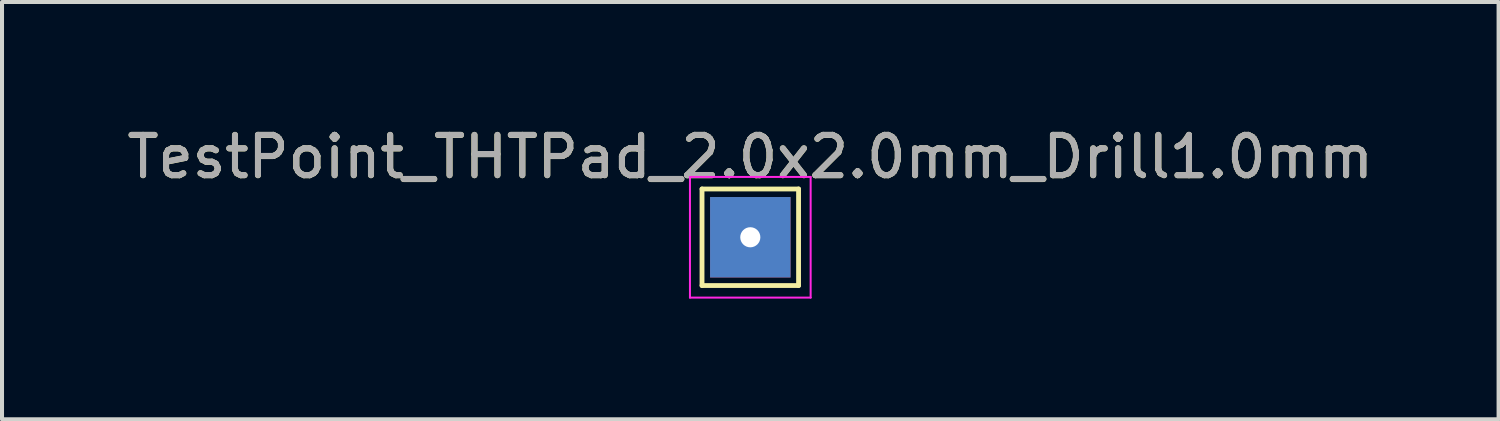
<source format=kicad_pcb>
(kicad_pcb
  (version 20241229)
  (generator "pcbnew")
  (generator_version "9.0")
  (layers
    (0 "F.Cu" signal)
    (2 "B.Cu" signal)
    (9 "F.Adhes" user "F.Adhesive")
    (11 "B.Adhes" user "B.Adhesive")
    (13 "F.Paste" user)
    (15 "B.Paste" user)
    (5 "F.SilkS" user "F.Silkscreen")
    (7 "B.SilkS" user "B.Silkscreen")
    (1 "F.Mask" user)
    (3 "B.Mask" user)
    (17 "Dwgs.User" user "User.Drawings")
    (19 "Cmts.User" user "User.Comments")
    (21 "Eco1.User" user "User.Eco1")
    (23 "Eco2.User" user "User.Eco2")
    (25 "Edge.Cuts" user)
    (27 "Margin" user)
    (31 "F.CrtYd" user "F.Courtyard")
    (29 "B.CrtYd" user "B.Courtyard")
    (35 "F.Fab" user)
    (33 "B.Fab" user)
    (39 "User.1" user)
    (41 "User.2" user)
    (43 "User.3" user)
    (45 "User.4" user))
  (footprint "TestPoint_THTPad_2.0x2.0mm_Drill1.0mm"
    (layer "F.Cu")
    (at 15.601 2.848)
    (property "Reference" "TestPoint_THTPad_2.0x2.0mm_Drill1.0mm" (at 0 -1.998 0) (layer "F.SilkS") (effects (font (size 1 1) (thickness 0.15))))
    (attr exclude_from_pos_files exclude_from_bom)
    (fp_line (start -1.2 -1.2) (end 1.2 -1.2) (stroke (width 0.12) (type solid)) (layer "F.SilkS"))
    (fp_line (start -1.2 1.2) (end -1.2 -1.2) (stroke (width 0.12) (type solid)) (layer "F.SilkS"))
    (fp_line (start 1.2 -1.2) (end 1.2 1.2) (stroke (width 0.12) (type solid)) (layer "F.SilkS"))
    (fp_line (start 1.2 1.2) (end -1.2 1.2) (stroke (width 0.12) (type solid)) (layer "F.SilkS"))
    (fp_line (start -1.5 -1.5) (end -1.5 1.5) (stroke (width 0.05) (type solid)) (layer "F.CrtYd"))
    (fp_line (start -1.5 -1.5) (end 1.5 -1.5) (stroke (width 0.05) (type solid)) (layer "F.CrtYd"))
    (fp_line (start 1.5 1.5) (end -1.5 1.5) (stroke (width 0.05) (type solid)) (layer "F.CrtYd"))
    (fp_line (start 1.5 1.5) (end 1.5 -1.5) (stroke (width 0.05) (type solid)) (layer "F.CrtYd"))
    (fp_text user "${REFERENCE}" (at 0 -2 0) (layer "F.Fab") (effects (font (size 1 1) (thickness 0.15))))
    (pad "1" thru_hole rect (at 0 0) (size 2 2) (drill 0.5) (layers "*.Cu" "*.Mask")))
  (gr_rect
    (start -3 -3)
    (end 34.202 7.373)
    (stroke (width 0.1) (type default))
    (fill no)
    (layer "Edge.Cuts")))
</source>
